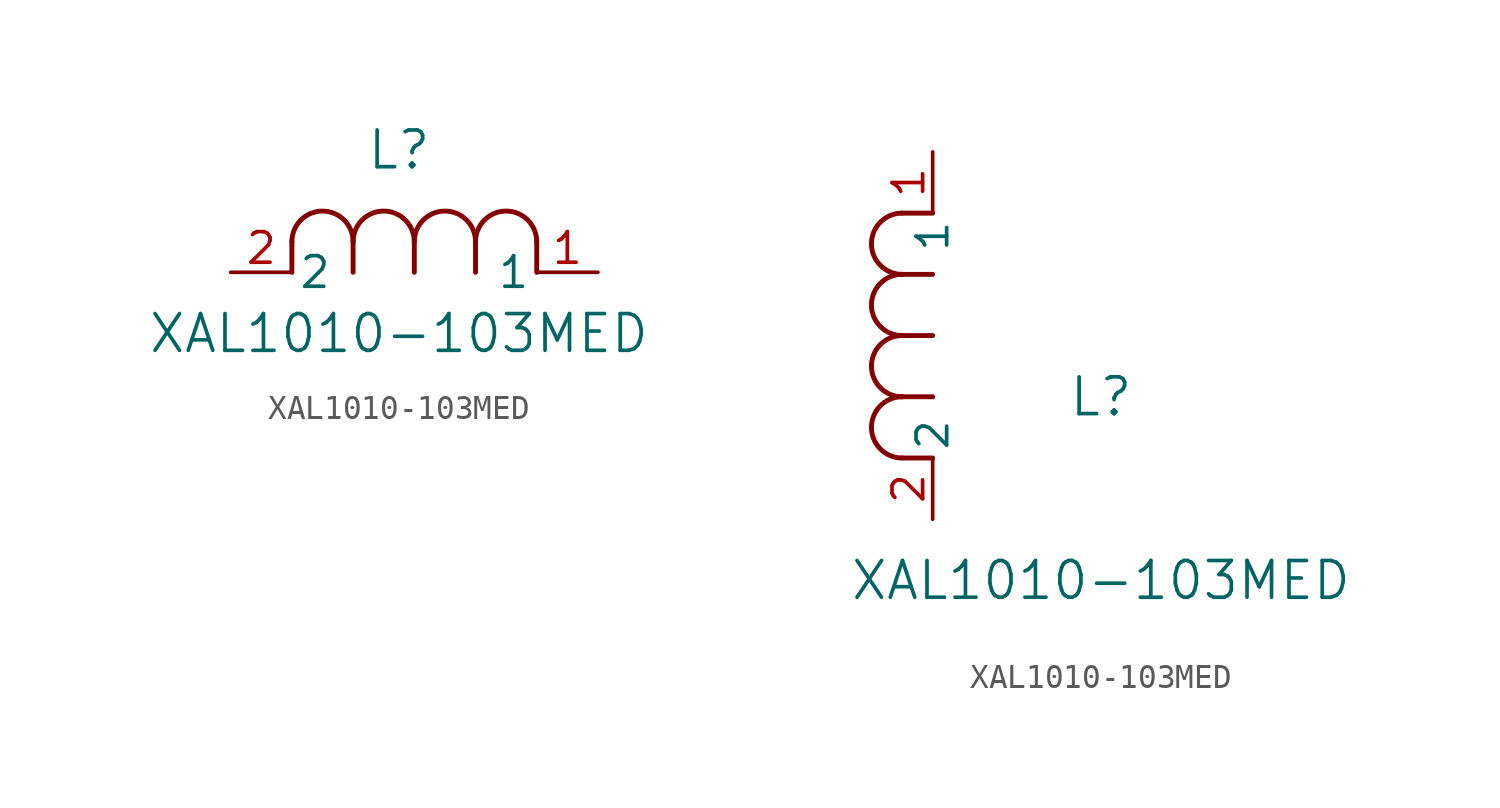
<source format=kicad_sym>
(kicad_symbol_lib
  (version 20211014)
  (generator kicad_symbol_editor)
  (symbol "XAL1010-103MED"
    (pin_names
      (offset 0.254))
    (property "Reference" "L"
      (at 6.985 5.08 0)
      (effects (font (size 1.524 1.524))))
    (property "Value" "XAL1010-103MED"
      (at 6.985 -2.54 0)
      (effects (font (size 1.524 1.524))))
    (symbol "XAL1010-103MED_1_1"
      (arc (start 7.62 1.27) (mid 6.35 2.54) (end 5.08 1.27) (stroke (width 0.2032) (type default) (color 0 0 0 0)) (fill (type none)))
      (polyline (pts (xy 5.08 0) (xy 5.08 1.27)) (stroke (width 0.203) (type default) (color 0 0 0 0)) (fill (type none)))
      (polyline (pts (xy 7.62 0) (xy 7.62 1.27)) (stroke (width 0.203) (type default) (color 0 0 0 0)) (fill (type none)))
      (polyline (pts (xy 12.7 0) (xy 12.7 1.27)) (stroke (width 0.203) (type default) (color 0 0 0 0)) (fill (type none)))
      (arc (start 5.08 1.27) (mid 3.81 2.54) (end 2.54 1.27) (stroke (width 0.2032) (type default) (color 0 0 0 0)) (fill (type none)))
      (arc (start 10.16 1.27) (mid 8.89 2.54) (end 7.62 1.27) (stroke (width 0.2032) (type default) (color 0 0 0 0)) (fill (type none)))
      (arc (start 12.7 1.27) (mid 11.43 2.54) (end 10.16 1.27) (stroke (width 0.2032) (type default) (color 0 0 0 0)) (fill (type none)))
      (polyline (pts (xy 2.54 0) (xy 2.54 1.27)) (stroke (width 0.203) (type default) (color 0 0 0 0)) (fill (type none)))
      (polyline (pts (xy 10.16 0) (xy 10.16 1.27)) (stroke (width 0.203) (type default) (color 0 0 0 0)) (fill (type none)))
      (pin unspecified line (at 0 0 0) (length 2.54) (name "2" (effects (font (size 1.27 1.27)))) (number "2" (effects (font (size 1.27 1.27)))))
      (pin unspecified line (at 15.24 0 180) (length 2.54) (name "1" (effects (font (size 1.27 1.27)))) (number "1" (effects (font (size 1.27 1.27))))))
    (symbol "XAL1010-103MED_1_2"
      (arc (start -1.27 7.62) (mid -2.54 6.35) (end -1.27 5.08) (stroke (width 0.2032) (type default) (color 0 0 0 0)) (fill (type none)))
      (arc (start -1.27 5.08) (mid -2.54 3.81) (end -1.27 2.54) (stroke (width 0.2032) (type default) (color 0 0 0 0)) (fill (type none)))
      (arc (start -1.27 12.7) (mid -2.54 11.43) (end -1.27 10.16) (stroke (width 0.2032) (type default) (color 0 0 0 0)) (fill (type none)))
      (arc (start -1.27 10.16) (mid -2.54 8.89) (end -1.27 7.62) (stroke (width 0.2032) (type default) (color 0 0 0 0)) (fill (type none)))
      (polyline (pts (xy 0 7.62) (xy -1.27 7.62)) (stroke (width 0.203) (type default) (color 0 0 0 0)) (fill (type none)))
      (polyline (pts (xy 0 5.08) (xy -1.27 5.08)) (stroke (width 0.203) (type default) (color 0 0 0 0)) (fill (type none)))
      (polyline (pts (xy 0 12.7) (xy -1.27 12.7)) (stroke (width 0.203) (type default) (color 0 0 0 0)) (fill (type none)))
      (polyline (pts (xy 0 2.54) (xy -1.27 2.54)) (stroke (width 0.203) (type default) (color 0 0 0 0)) (fill (type none)))
      (polyline (pts (xy 0 10.16) (xy -1.27 10.16)) (stroke (width 0.203) (type default) (color 0 0 0 0)) (fill (type none)))
      (pin unspecified line (at 0 0 90) (length 2.54) (name "2" (effects (font (size 1.27 1.27)))) (number "2" (effects (font (size 1.27 1.27)))))
      (pin unspecified line (at 0 15.24 270) (length 2.54) (name "1" (effects (font (size 1.27 1.27)))) (number "1" (effects (font (size 1.27 1.27))))))))
</source>
